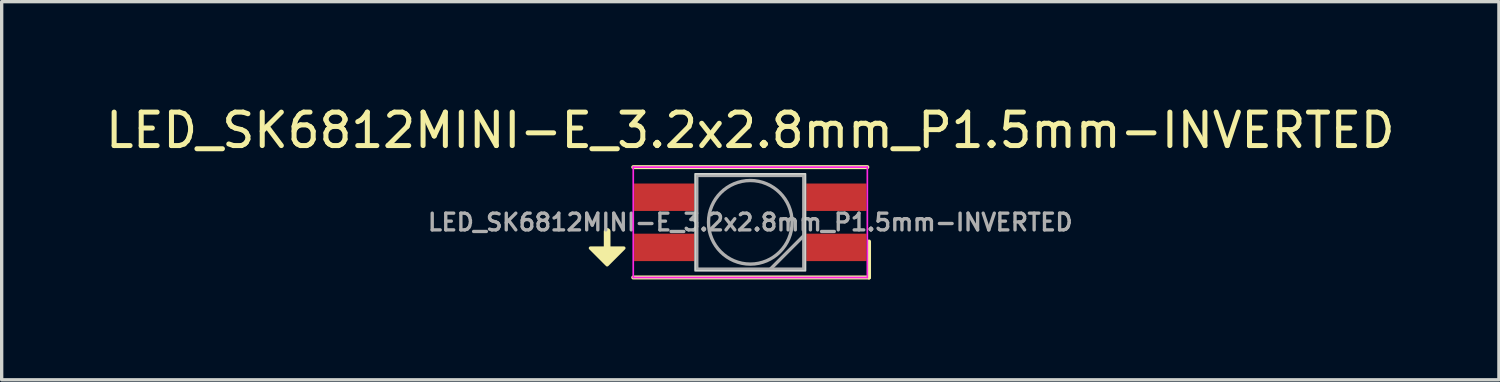
<source format=kicad_pcb>
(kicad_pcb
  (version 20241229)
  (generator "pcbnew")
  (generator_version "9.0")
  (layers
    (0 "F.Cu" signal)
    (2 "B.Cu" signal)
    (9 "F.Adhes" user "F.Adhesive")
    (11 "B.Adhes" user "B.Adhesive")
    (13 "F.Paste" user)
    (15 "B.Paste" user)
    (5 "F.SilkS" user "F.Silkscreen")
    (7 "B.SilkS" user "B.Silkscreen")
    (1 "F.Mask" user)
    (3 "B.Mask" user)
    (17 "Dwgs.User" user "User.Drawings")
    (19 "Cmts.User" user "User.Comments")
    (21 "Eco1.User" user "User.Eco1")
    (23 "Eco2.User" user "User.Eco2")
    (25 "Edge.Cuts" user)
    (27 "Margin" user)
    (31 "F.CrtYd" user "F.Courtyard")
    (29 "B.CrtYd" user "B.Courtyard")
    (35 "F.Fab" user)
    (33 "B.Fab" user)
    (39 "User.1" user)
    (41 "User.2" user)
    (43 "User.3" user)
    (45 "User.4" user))
  (footprint "LED_SK6812MINI-E_3.2x2.8mm_P1.5mm-INVERTED"
    (layer "F.Cu")
    (at 19.387 3.598)
    (property "Reference" "LED_SK6812MINI-E_3.2x2.8mm_P1.5mm-INVERTED" (at 0 -2.75 0) (layer "F.SilkS") (effects (font (size 1 1) (thickness 0.15))))
    (attr smd)
    (fp_line (start -4.281 0.771) (end -4.281 0.271) (stroke (width 0.2) (type default)) (layer "F.SilkS"))
    (fp_line (start -3.5 -1.65) (end 3.5 -1.65) (stroke (width 0.12) (type solid)) (layer "F.SilkS"))
    (fp_line (start -3.5 1.65) (end 3.55 1.65) (stroke (width 0.12) (type solid)) (layer "F.SilkS"))
    (fp_line (start 3.55 1.65) (end 3.55 0.575) (stroke (width 0.12) (type solid)) (layer "F.SilkS"))
    (fp_poly (pts (xy -4.781 0.771) (xy -3.781 0.771) (xy -4.281 1.271)) (stroke (width 0.1) (type solid)) (fill yes) (layer "F.SilkS"))
    (fp_poly (pts (xy 1.65 1.45) (xy -1.65 1.45) (xy -1.65 -1.45) (xy 1.65 -1.45)) (stroke (width 0.05) (type default)) (fill no) (layer "Edge.Cuts"))
    (fp_line (start -3.5 -1.65) (end -3.5 1.65) (stroke (width 0.05) (type solid)) (layer "F.CrtYd"))
    (fp_line (start -3.5 1.65) (end 3.5 1.65) (stroke (width 0.05) (type solid)) (layer "F.CrtYd"))
    (fp_line (start 3.5 -1.65) (end -3.5 -1.65) (stroke (width 0.05) (type solid)) (layer "F.CrtYd"))
    (fp_line (start 3.5 1.65) (end 3.5 -1.65) (stroke (width 0.05) (type solid)) (layer "F.CrtYd"))
    (fp_line (start -1.6 -1.4) (end -1.6 1.4) (stroke (width 0.1) (type solid)) (layer "F.Fab"))
    (fp_line (start -1.6 1.4) (end 1.6 1.4) (stroke (width 0.1) (type solid)) (layer "F.Fab"))
    (fp_line (start 1.6 -1.4) (end -1.6 -1.4) (stroke (width 0.1) (type solid)) (layer "F.Fab"))
    (fp_line (start 1.6 0.4) (end 0.6 1.4) (stroke (width 0.1) (type solid)) (layer "F.Fab"))
    (fp_line (start 1.6 1.4) (end 1.6 -1.4) (stroke (width 0.1) (type solid)) (layer "F.Fab"))
    (fp_circle (center 0 0) (end 1.25 0) (stroke (width 0.1) (type solid)) (fill no) (layer "F.Fab"))
    (fp_text user "${REFERENCE}" (at 0 0 0) (layer "F.Fab") (effects (font (size 0.5 0.5) (thickness 0.1))))
    (pad "1" smd rect (at 2.575 -0.75) (size 1.8 0.82) (layers "F.Cu" "F.Mask" "F.Paste"))
    (pad "2" smd rect (at 2.575 0.75) (size 1.8 0.82) (layers "F.Cu" "F.Mask" "F.Paste"))
    (pad "3" smd rect (at -2.575 0.75) (size 1.8 0.82) (layers "F.Cu" "F.Mask" "F.Paste"))
    (pad "4" smd rect (at -2.575 -0.75) (size 1.8 0.82) (layers "F.Cu" "F.Mask" "F.Paste")))
  (gr_rect
    (start -3 -3)
    (end 41.774 8.308)
    (stroke (width 0.1) (type default))
    (fill no)
    (layer "Edge.Cuts")))
</source>
